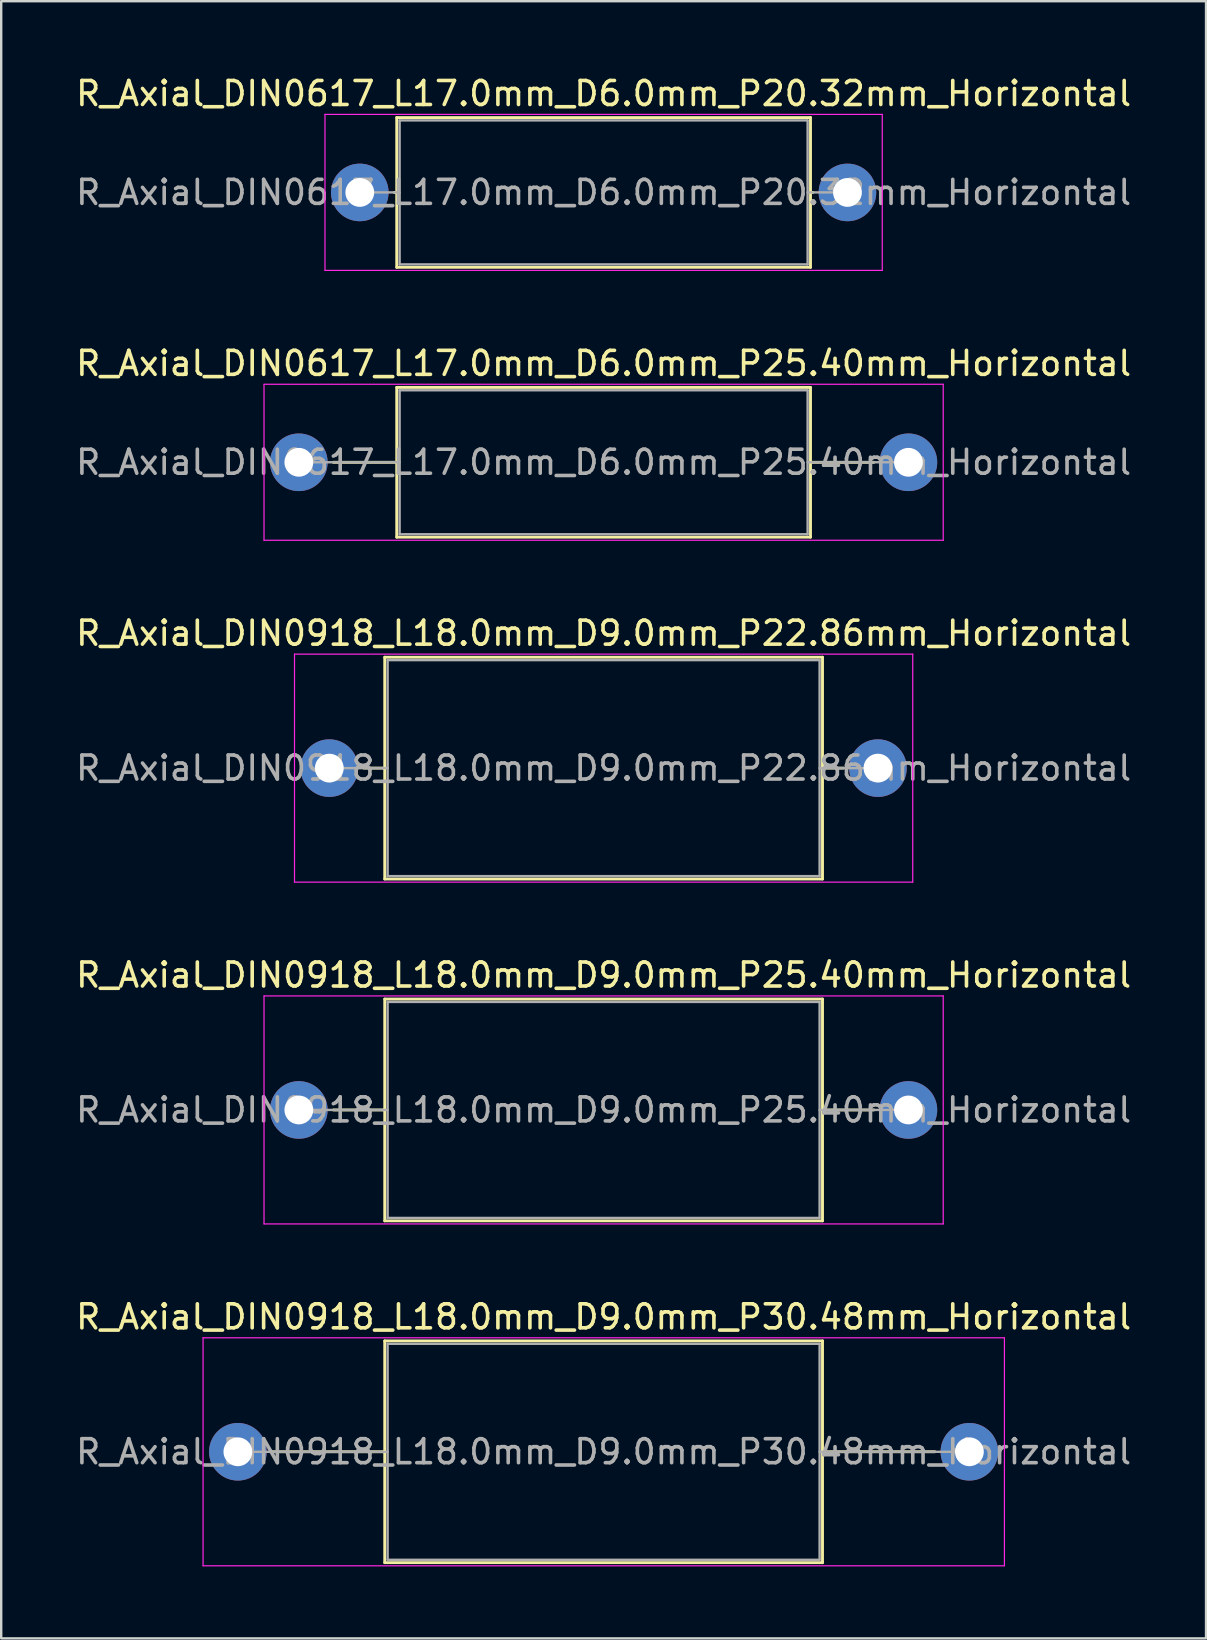
<source format=kicad_pcb>
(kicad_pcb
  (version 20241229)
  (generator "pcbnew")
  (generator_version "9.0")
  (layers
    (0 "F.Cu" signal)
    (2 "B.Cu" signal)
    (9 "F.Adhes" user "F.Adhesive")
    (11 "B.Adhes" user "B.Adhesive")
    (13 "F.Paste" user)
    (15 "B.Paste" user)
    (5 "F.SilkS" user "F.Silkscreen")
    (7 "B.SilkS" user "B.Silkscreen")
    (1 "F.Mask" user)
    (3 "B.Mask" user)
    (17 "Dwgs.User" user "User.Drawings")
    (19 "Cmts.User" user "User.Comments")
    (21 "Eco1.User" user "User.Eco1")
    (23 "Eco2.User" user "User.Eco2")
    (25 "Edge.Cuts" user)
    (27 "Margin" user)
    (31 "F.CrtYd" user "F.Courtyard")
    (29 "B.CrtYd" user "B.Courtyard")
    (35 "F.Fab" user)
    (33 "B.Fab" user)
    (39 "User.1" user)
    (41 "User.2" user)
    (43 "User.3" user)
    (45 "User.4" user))
  (footprint "R_Axial_DIN0918_L18.0mm_D9.0mm_P30.48mm_Horizontal"
    (layer "F.Cu")
    (at 6.861 57.441)
    (property "Reference" "R_Axial_DIN0918_L18.0mm_D9.0mm_P30.48mm_Horizontal" (at 15.24 -5.62 0) (layer "F.SilkS") (effects (font (size 1 1) (thickness 0.15))))
    (attr through_hole)
    (fp_line (start 1.44 0) (end 6.12 0) (stroke (width 0.12) (type solid)) (layer "F.SilkS"))
    (fp_line (start 6.12 -4.62) (end 6.12 4.62) (stroke (width 0.12) (type solid)) (layer "F.SilkS"))
    (fp_line (start 6.12 4.62) (end 24.36 4.62) (stroke (width 0.12) (type solid)) (layer "F.SilkS"))
    (fp_line (start 24.36 -4.62) (end 6.12 -4.62) (stroke (width 0.12) (type solid)) (layer "F.SilkS"))
    (fp_line (start 24.36 4.62) (end 24.36 -4.62) (stroke (width 0.12) (type solid)) (layer "F.SilkS"))
    (fp_line (start 29.04 0) (end 24.36 0) (stroke (width 0.12) (type solid)) (layer "F.SilkS"))
    (fp_line (start -1.45 -4.75) (end -1.45 4.75) (stroke (width 0.05) (type solid)) (layer "F.CrtYd"))
    (fp_line (start -1.45 4.75) (end 31.94 4.75) (stroke (width 0.05) (type solid)) (layer "F.CrtYd"))
    (fp_line (start 31.94 -4.75) (end -1.45 -4.75) (stroke (width 0.05) (type solid)) (layer "F.CrtYd"))
    (fp_line (start 31.94 4.75) (end 31.94 -4.75) (stroke (width 0.05) (type solid)) (layer "F.CrtYd"))
    (fp_line (start 0 0) (end 6.24 0) (stroke (width 0.1) (type solid)) (layer "F.Fab"))
    (fp_line (start 6.24 -4.5) (end 6.24 4.5) (stroke (width 0.1) (type solid)) (layer "F.Fab"))
    (fp_line (start 6.24 4.5) (end 24.24 4.5) (stroke (width 0.1) (type solid)) (layer "F.Fab"))
    (fp_line (start 24.24 -4.5) (end 6.24 -4.5) (stroke (width 0.1) (type solid)) (layer "F.Fab"))
    (fp_line (start 24.24 4.5) (end 24.24 -4.5) (stroke (width 0.1) (type solid)) (layer "F.Fab"))
    (fp_line (start 30.48 0) (end 24.24 0) (stroke (width 0.1) (type solid)) (layer "F.Fab"))
    (fp_text user "${REFERENCE}" (at 15.24 0 0) (layer "F.Fab") (effects (font (size 1 1) (thickness 0.15))))
    (pad "1" thru_hole circle (at 0 0) (size 2.4 2.4) (drill 1.2) (layers "*.Cu" "*.Mask"))
    (pad "2" thru_hole oval (at 30.48 0) (size 2.4 2.4) (drill 1.2) (layers "*.Cu" "*.Mask")))
  (footprint "R_Axial_DIN0617_L17.0mm_D6.0mm_P20.32mm_Horizontal"
    (layer "F.Cu")
    (at 11.941 4.968)
    (property "Reference" "R_Axial_DIN0617_L17.0mm_D6.0mm_P20.32mm_Horizontal" (at 10.16 -4.12 0) (layer "F.SilkS") (effects (font (size 1 1) (thickness 0.15))))
    (attr through_hole)
    (fp_line (start 1.44 0) (end 1.54 0) (stroke (width 0.12) (type solid)) (layer "F.SilkS"))
    (fp_line (start 1.54 -3.12) (end 1.54 3.12) (stroke (width 0.12) (type solid)) (layer "F.SilkS"))
    (fp_line (start 1.54 3.12) (end 18.78 3.12) (stroke (width 0.12) (type solid)) (layer "F.SilkS"))
    (fp_line (start 18.78 -3.12) (end 1.54 -3.12) (stroke (width 0.12) (type solid)) (layer "F.SilkS"))
    (fp_line (start 18.78 3.12) (end 18.78 -3.12) (stroke (width 0.12) (type solid)) (layer "F.SilkS"))
    (fp_line (start 18.88 0) (end 18.78 0) (stroke (width 0.12) (type solid)) (layer "F.SilkS"))
    (fp_line (start -1.45 -3.25) (end -1.45 3.25) (stroke (width 0.05) (type solid)) (layer "F.CrtYd"))
    (fp_line (start -1.45 3.25) (end 21.77 3.25) (stroke (width 0.05) (type solid)) (layer "F.CrtYd"))
    (fp_line (start 21.77 -3.25) (end -1.45 -3.25) (stroke (width 0.05) (type solid)) (layer "F.CrtYd"))
    (fp_line (start 21.77 3.25) (end 21.77 -3.25) (stroke (width 0.05) (type solid)) (layer "F.CrtYd"))
    (fp_line (start 0 0) (end 1.66 0) (stroke (width 0.1) (type solid)) (layer "F.Fab"))
    (fp_line (start 1.66 -3) (end 1.66 3) (stroke (width 0.1) (type solid)) (layer "F.Fab"))
    (fp_line (start 1.66 3) (end 18.66 3) (stroke (width 0.1) (type solid)) (layer "F.Fab"))
    (fp_line (start 18.66 -3) (end 1.66 -3) (stroke (width 0.1) (type solid)) (layer "F.Fab"))
    (fp_line (start 18.66 3) (end 18.66 -3) (stroke (width 0.1) (type solid)) (layer "F.Fab"))
    (fp_line (start 20.32 0) (end 18.66 0) (stroke (width 0.1) (type solid)) (layer "F.Fab"))
    (fp_text user "${REFERENCE}" (at 10.16 0 0) (layer "F.Fab") (effects (font (size 1 1) (thickness 0.15))))
    (pad "1" thru_hole circle (at 0 0) (size 2.4 2.4) (drill 1.2) (layers "*.Cu" "*.Mask"))
    (pad "2" thru_hole oval (at 20.32 0) (size 2.4 2.4) (drill 1.2) (layers "*.Cu" "*.Mask")))
  (footprint "R_Axial_DIN0918_L18.0mm_D9.0mm_P22.86mm_Horizontal"
    (layer "F.Cu")
    (at 10.671 28.955)
    (property "Reference" "R_Axial_DIN0918_L18.0mm_D9.0mm_P22.86mm_Horizontal" (at 11.43 -5.62 0) (layer "F.SilkS") (effects (font (size 1 1) (thickness 0.15))))
    (attr through_hole)
    (fp_line (start 1.44 0) (end 2.31 0) (stroke (width 0.12) (type solid)) (layer "F.SilkS"))
    (fp_line (start 2.31 -4.62) (end 2.31 4.62) (stroke (width 0.12) (type solid)) (layer "F.SilkS"))
    (fp_line (start 2.31 4.62) (end 20.55 4.62) (stroke (width 0.12) (type solid)) (layer "F.SilkS"))
    (fp_line (start 20.55 -4.62) (end 2.31 -4.62) (stroke (width 0.12) (type solid)) (layer "F.SilkS"))
    (fp_line (start 20.55 4.62) (end 20.55 -4.62) (stroke (width 0.12) (type solid)) (layer "F.SilkS"))
    (fp_line (start 21.42 0) (end 20.55 0) (stroke (width 0.12) (type solid)) (layer "F.SilkS"))
    (fp_line (start -1.45 -4.75) (end -1.45 4.75) (stroke (width 0.05) (type solid)) (layer "F.CrtYd"))
    (fp_line (start -1.45 4.75) (end 24.31 4.75) (stroke (width 0.05) (type solid)) (layer "F.CrtYd"))
    (fp_line (start 24.31 -4.75) (end -1.45 -4.75) (stroke (width 0.05) (type solid)) (layer "F.CrtYd"))
    (fp_line (start 24.31 4.75) (end 24.31 -4.75) (stroke (width 0.05) (type solid)) (layer "F.CrtYd"))
    (fp_line (start 0 0) (end 2.43 0) (stroke (width 0.1) (type solid)) (layer "F.Fab"))
    (fp_line (start 2.43 -4.5) (end 2.43 4.5) (stroke (width 0.1) (type solid)) (layer "F.Fab"))
    (fp_line (start 2.43 4.5) (end 20.43 4.5) (stroke (width 0.1) (type solid)) (layer "F.Fab"))
    (fp_line (start 20.43 -4.5) (end 2.43 -4.5) (stroke (width 0.1) (type solid)) (layer "F.Fab"))
    (fp_line (start 20.43 4.5) (end 20.43 -4.5) (stroke (width 0.1) (type solid)) (layer "F.Fab"))
    (fp_line (start 22.86 0) (end 20.43 0) (stroke (width 0.1) (type solid)) (layer "F.Fab"))
    (fp_text user "${REFERENCE}" (at 11.43 0 0) (layer "F.Fab") (effects (font (size 1 1) (thickness 0.15))))
    (pad "1" thru_hole circle (at 0 0) (size 2.4 2.4) (drill 1.2) (layers "*.Cu" "*.Mask"))
    (pad "2" thru_hole oval (at 22.86 0) (size 2.4 2.4) (drill 1.2) (layers "*.Cu" "*.Mask")))
  (footprint "R_Axial_DIN0617_L17.0mm_D6.0mm_P25.40mm_Horizontal"
    (layer "F.Cu")
    (at 9.401 16.212)
    (property "Reference" "R_Axial_DIN0617_L17.0mm_D6.0mm_P25.40mm_Horizontal" (at 12.7 -4.12 0) (layer "F.SilkS") (effects (font (size 1 1) (thickness 0.15))))
    (attr through_hole)
    (fp_line (start 1.44 0) (end 4.08 0) (stroke (width 0.12) (type solid)) (layer "F.SilkS"))
    (fp_line (start 4.08 -3.12) (end 4.08 3.12) (stroke (width 0.12) (type solid)) (layer "F.SilkS"))
    (fp_line (start 4.08 3.12) (end 21.32 3.12) (stroke (width 0.12) (type solid)) (layer "F.SilkS"))
    (fp_line (start 21.32 -3.12) (end 4.08 -3.12) (stroke (width 0.12) (type solid)) (layer "F.SilkS"))
    (fp_line (start 21.32 3.12) (end 21.32 -3.12) (stroke (width 0.12) (type solid)) (layer "F.SilkS"))
    (fp_line (start 23.96 0) (end 21.32 0) (stroke (width 0.12) (type solid)) (layer "F.SilkS"))
    (fp_line (start -1.45 -3.25) (end -1.45 3.25) (stroke (width 0.05) (type solid)) (layer "F.CrtYd"))
    (fp_line (start -1.45 3.25) (end 26.85 3.25) (stroke (width 0.05) (type solid)) (layer "F.CrtYd"))
    (fp_line (start 26.85 -3.25) (end -1.45 -3.25) (stroke (width 0.05) (type solid)) (layer "F.CrtYd"))
    (fp_line (start 26.85 3.25) (end 26.85 -3.25) (stroke (width 0.05) (type solid)) (layer "F.CrtYd"))
    (fp_line (start 0 0) (end 4.2 0) (stroke (width 0.1) (type solid)) (layer "F.Fab"))
    (fp_line (start 4.2 -3) (end 4.2 3) (stroke (width 0.1) (type solid)) (layer "F.Fab"))
    (fp_line (start 4.2 3) (end 21.2 3) (stroke (width 0.1) (type solid)) (layer "F.Fab"))
    (fp_line (start 21.2 -3) (end 4.2 -3) (stroke (width 0.1) (type solid)) (layer "F.Fab"))
    (fp_line (start 21.2 3) (end 21.2 -3) (stroke (width 0.1) (type solid)) (layer "F.Fab"))
    (fp_line (start 25.4 0) (end 21.2 0) (stroke (width 0.1) (type solid)) (layer "F.Fab"))
    (fp_text user "${REFERENCE}" (at 12.7 0 0) (layer "F.Fab") (effects (font (size 1 1) (thickness 0.15))))
    (pad "1" thru_hole circle (at 0 0) (size 2.4 2.4) (drill 1.2) (layers "*.Cu" "*.Mask"))
    (pad "2" thru_hole oval (at 25.4 0) (size 2.4 2.4) (drill 1.2) (layers "*.Cu" "*.Mask")))
  (footprint "R_Axial_DIN0918_L18.0mm_D9.0mm_P25.40mm_Horizontal"
    (layer "F.Cu")
    (at 9.401 43.198)
    (property "Reference" "R_Axial_DIN0918_L18.0mm_D9.0mm_P25.40mm_Horizontal" (at 12.7 -5.62 0) (layer "F.SilkS") (effects (font (size 1 1) (thickness 0.15))))
    (attr through_hole)
    (fp_line (start 1.44 0) (end 3.58 0) (stroke (width 0.12) (type solid)) (layer "F.SilkS"))
    (fp_line (start 3.58 -4.62) (end 3.58 4.62) (stroke (width 0.12) (type solid)) (layer "F.SilkS"))
    (fp_line (start 3.58 4.62) (end 21.82 4.62) (stroke (width 0.12) (type solid)) (layer "F.SilkS"))
    (fp_line (start 21.82 -4.62) (end 3.58 -4.62) (stroke (width 0.12) (type solid)) (layer "F.SilkS"))
    (fp_line (start 21.82 4.62) (end 21.82 -4.62) (stroke (width 0.12) (type solid)) (layer "F.SilkS"))
    (fp_line (start 23.96 0) (end 21.82 0) (stroke (width 0.12) (type solid)) (layer "F.SilkS"))
    (fp_line (start -1.45 -4.75) (end -1.45 4.75) (stroke (width 0.05) (type solid)) (layer "F.CrtYd"))
    (fp_line (start -1.45 4.75) (end 26.85 4.75) (stroke (width 0.05) (type solid)) (layer "F.CrtYd"))
    (fp_line (start 26.85 -4.75) (end -1.45 -4.75) (stroke (width 0.05) (type solid)) (layer "F.CrtYd"))
    (fp_line (start 26.85 4.75) (end 26.85 -4.75) (stroke (width 0.05) (type solid)) (layer "F.CrtYd"))
    (fp_line (start 0 0) (end 3.7 0) (stroke (width 0.1) (type solid)) (layer "F.Fab"))
    (fp_line (start 3.7 -4.5) (end 3.7 4.5) (stroke (width 0.1) (type solid)) (layer "F.Fab"))
    (fp_line (start 3.7 4.5) (end 21.7 4.5) (stroke (width 0.1) (type solid)) (layer "F.Fab"))
    (fp_line (start 21.7 -4.5) (end 3.7 -4.5) (stroke (width 0.1) (type solid)) (layer "F.Fab"))
    (fp_line (start 21.7 4.5) (end 21.7 -4.5) (stroke (width 0.1) (type solid)) (layer "F.Fab"))
    (fp_line (start 25.4 0) (end 21.7 0) (stroke (width 0.1) (type solid)) (layer "F.Fab"))
    (fp_text user "${REFERENCE}" (at 12.7 0 0) (layer "F.Fab") (effects (font (size 1 1) (thickness 0.15))))
    (pad "1" thru_hole circle (at 0 0) (size 2.4 2.4) (drill 1.2) (layers "*.Cu" "*.Mask"))
    (pad "2" thru_hole oval (at 25.4 0) (size 2.4 2.4) (drill 1.2) (layers "*.Cu" "*.Mask")))
  (gr_rect
    (start -3 -3)
    (end 47.202 65.216)
    (stroke (width 0.1) (type default))
    (fill no)
    (layer "Edge.Cuts")))
</source>
